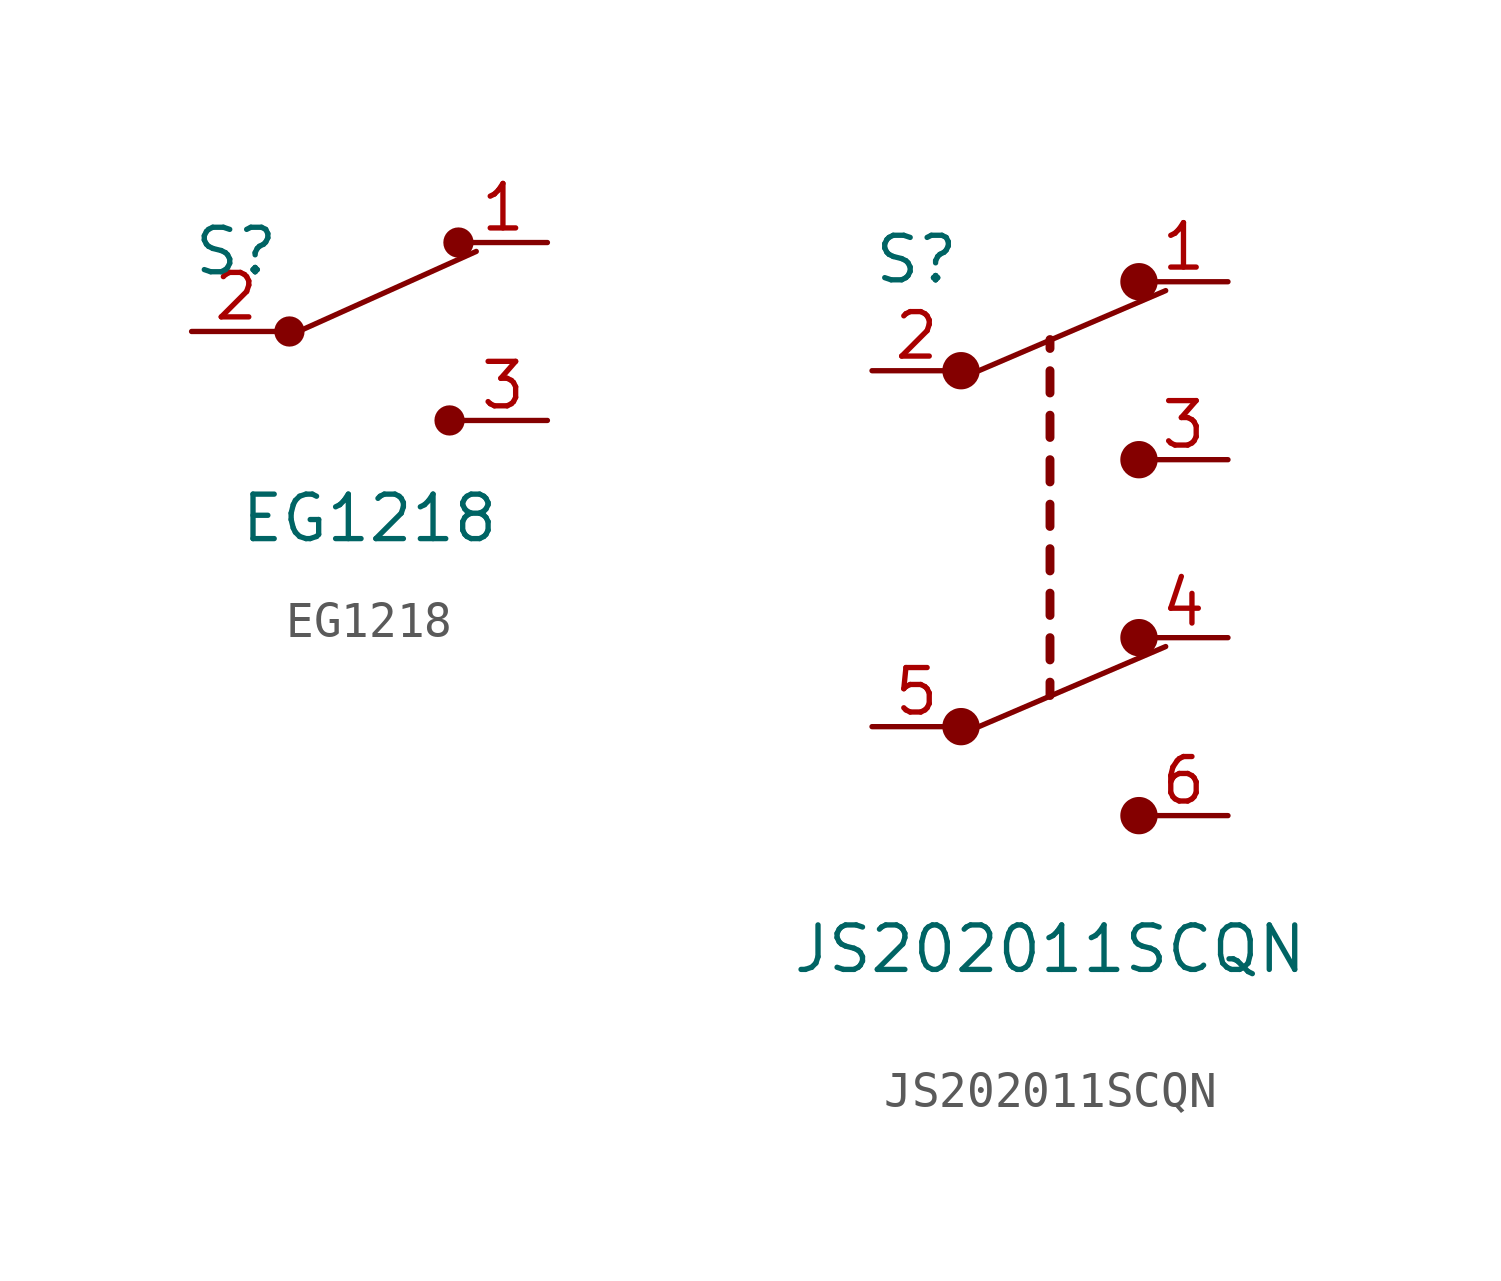
<source format=kicad_sym>
(kicad_symbol_lib
  (version 20201005)
  (generator kicad_symbol_editor)
  (symbol "EG1218"
    (pin_names
      (offset 0))
    (property "Reference" "S"
      (at -3.81 2.286 0)
      (effects (font (size 1.27 1.27))))
    (property "Value" "EG1218"
      (at 0 -5.334 0)
      (effects (font (size 1.27 1.27))))
    (symbol "EG1218_0_1"
      (circle (center -2.286 0) (radius 0.356) (stroke (width 0)) (fill (type outline)))
      (circle (center 2.286 -2.54) (radius 0.356) (stroke (width 0)) (fill (type outline)))
      (circle (center 2.54 2.54) (radius 0.356) (stroke (width 0)) (fill (type outline)))
      (polyline (pts (xy -2.032 0) (xy 3.048 2.286)) (stroke (width 0)) (fill (type none))))
    (symbol "EG1218_1_1"
      (pin passive line (at 5.08 2.54 180) (length 2.54) (name "~" (effects (font (size 1.27 1.27)))) (number "1" (effects (font (size 1.27 1.27)))))
      (pin passive line (at -5.08 0 0) (length 2.54) (name "~" (effects (font (size 1.27 1.27)))) (number "2" (effects (font (size 1.27 1.27)))))
      (pin passive line (at 5.08 -2.54 180) (length 2.54) (name "~" (effects (font (size 1.27 1.27)))) (number "3" (effects (font (size 1.27 1.27)))))))
  (symbol "JS202011SCQN"
    (pin_names
      (offset 0))
    (property "Reference" "S"
      (at -3.81 8.255 0)
      (effects (font (size 1.27 1.27))))
    (property "Value" "JS202011SCQN"
      (at 0 -11.43 0)
      (effects (font (size 1.27 1.27))))
    (symbol "JS202011SCQN_0_1"
      (circle (center -2.54 -5.08) (radius 0.457) (stroke (width 0)) (fill (type outline)))
      (circle (center -2.54 5.08) (radius 0.457) (stroke (width 0)) (fill (type outline)))
      (circle (center 2.54 -7.62) (radius 0.457) (stroke (width 0)) (fill (type outline)))
      (circle (center 2.54 -2.54) (radius 0.457) (stroke (width 0)) (fill (type outline)))
      (circle (center 2.54 2.54) (radius 0.457) (stroke (width 0)) (fill (type outline)))
      (circle (center 2.54 7.62) (radius 0.457) (stroke (width 0)) (fill (type outline)))
      (polyline (pts (xy -2.032 -5.08) (xy 3.302 -2.794)) (stroke (width 0)) (fill (type none)))
      (polyline (pts (xy -2.032 5.08) (xy 3.302 7.366)) (stroke (width 0)) (fill (type none)))
      (polyline (pts (xy 0 -3.81) (xy 0 -4.191)) (stroke (width 0.254)) (fill (type none)))
      (polyline (pts (xy 0 -2.54) (xy 0 -3.175)) (stroke (width 0.254)) (fill (type none)))
      (polyline (pts (xy 0 -1.27) (xy 0 -1.905)) (stroke (width 0.254)) (fill (type none)))
      (polyline (pts (xy 0 0) (xy 0 -0.635)) (stroke (width 0.254)) (fill (type none)))
      (polyline (pts (xy 0 1.27) (xy 0 0.635)) (stroke (width 0.254)) (fill (type none)))
      (polyline (pts (xy 0 2.54) (xy 0 1.905)) (stroke (width 0.254)) (fill (type none)))
      (polyline (pts (xy 0 3.81) (xy 0 3.175)) (stroke (width 0.254)) (fill (type none)))
      (polyline (pts (xy 0 5.08) (xy 0 4.445)) (stroke (width 0.254)) (fill (type none)))
      (polyline (pts (xy 0 5.969) (xy 0 5.715)) (stroke (width 0.254)) (fill (type none))))
    (symbol "JS202011SCQN_1_1"
      (pin passive line (at 5.08 7.62 180) (length 2.54) (name "~" (effects (font (size 1.27 1.27)))) (number "1" (effects (font (size 1.27 1.27)))))
      (pin passive line (at -5.08 5.08 0) (length 2.54) (name "~" (effects (font (size 1.27 1.27)))) (number "2" (effects (font (size 1.27 1.27)))))
      (pin passive line (at 5.08 2.54 180) (length 2.54) (name "~" (effects (font (size 1.27 1.27)))) (number "3" (effects (font (size 1.27 1.27)))))
      (pin passive line (at 5.08 -2.54 180) (length 2.54) (name "~" (effects (font (size 1.27 1.27)))) (number "4" (effects (font (size 1.27 1.27)))))
      (pin passive line (at -5.08 -5.08 0) (length 2.54) (name "~" (effects (font (size 1.27 1.27)))) (number "5" (effects (font (size 1.27 1.27)))))
      (pin passive line (at 5.08 -7.62 180) (length 2.54) (name "~" (effects (font (size 1.27 1.27)))) (number "6" (effects (font (size 1.27 1.27))))))))
</source>
